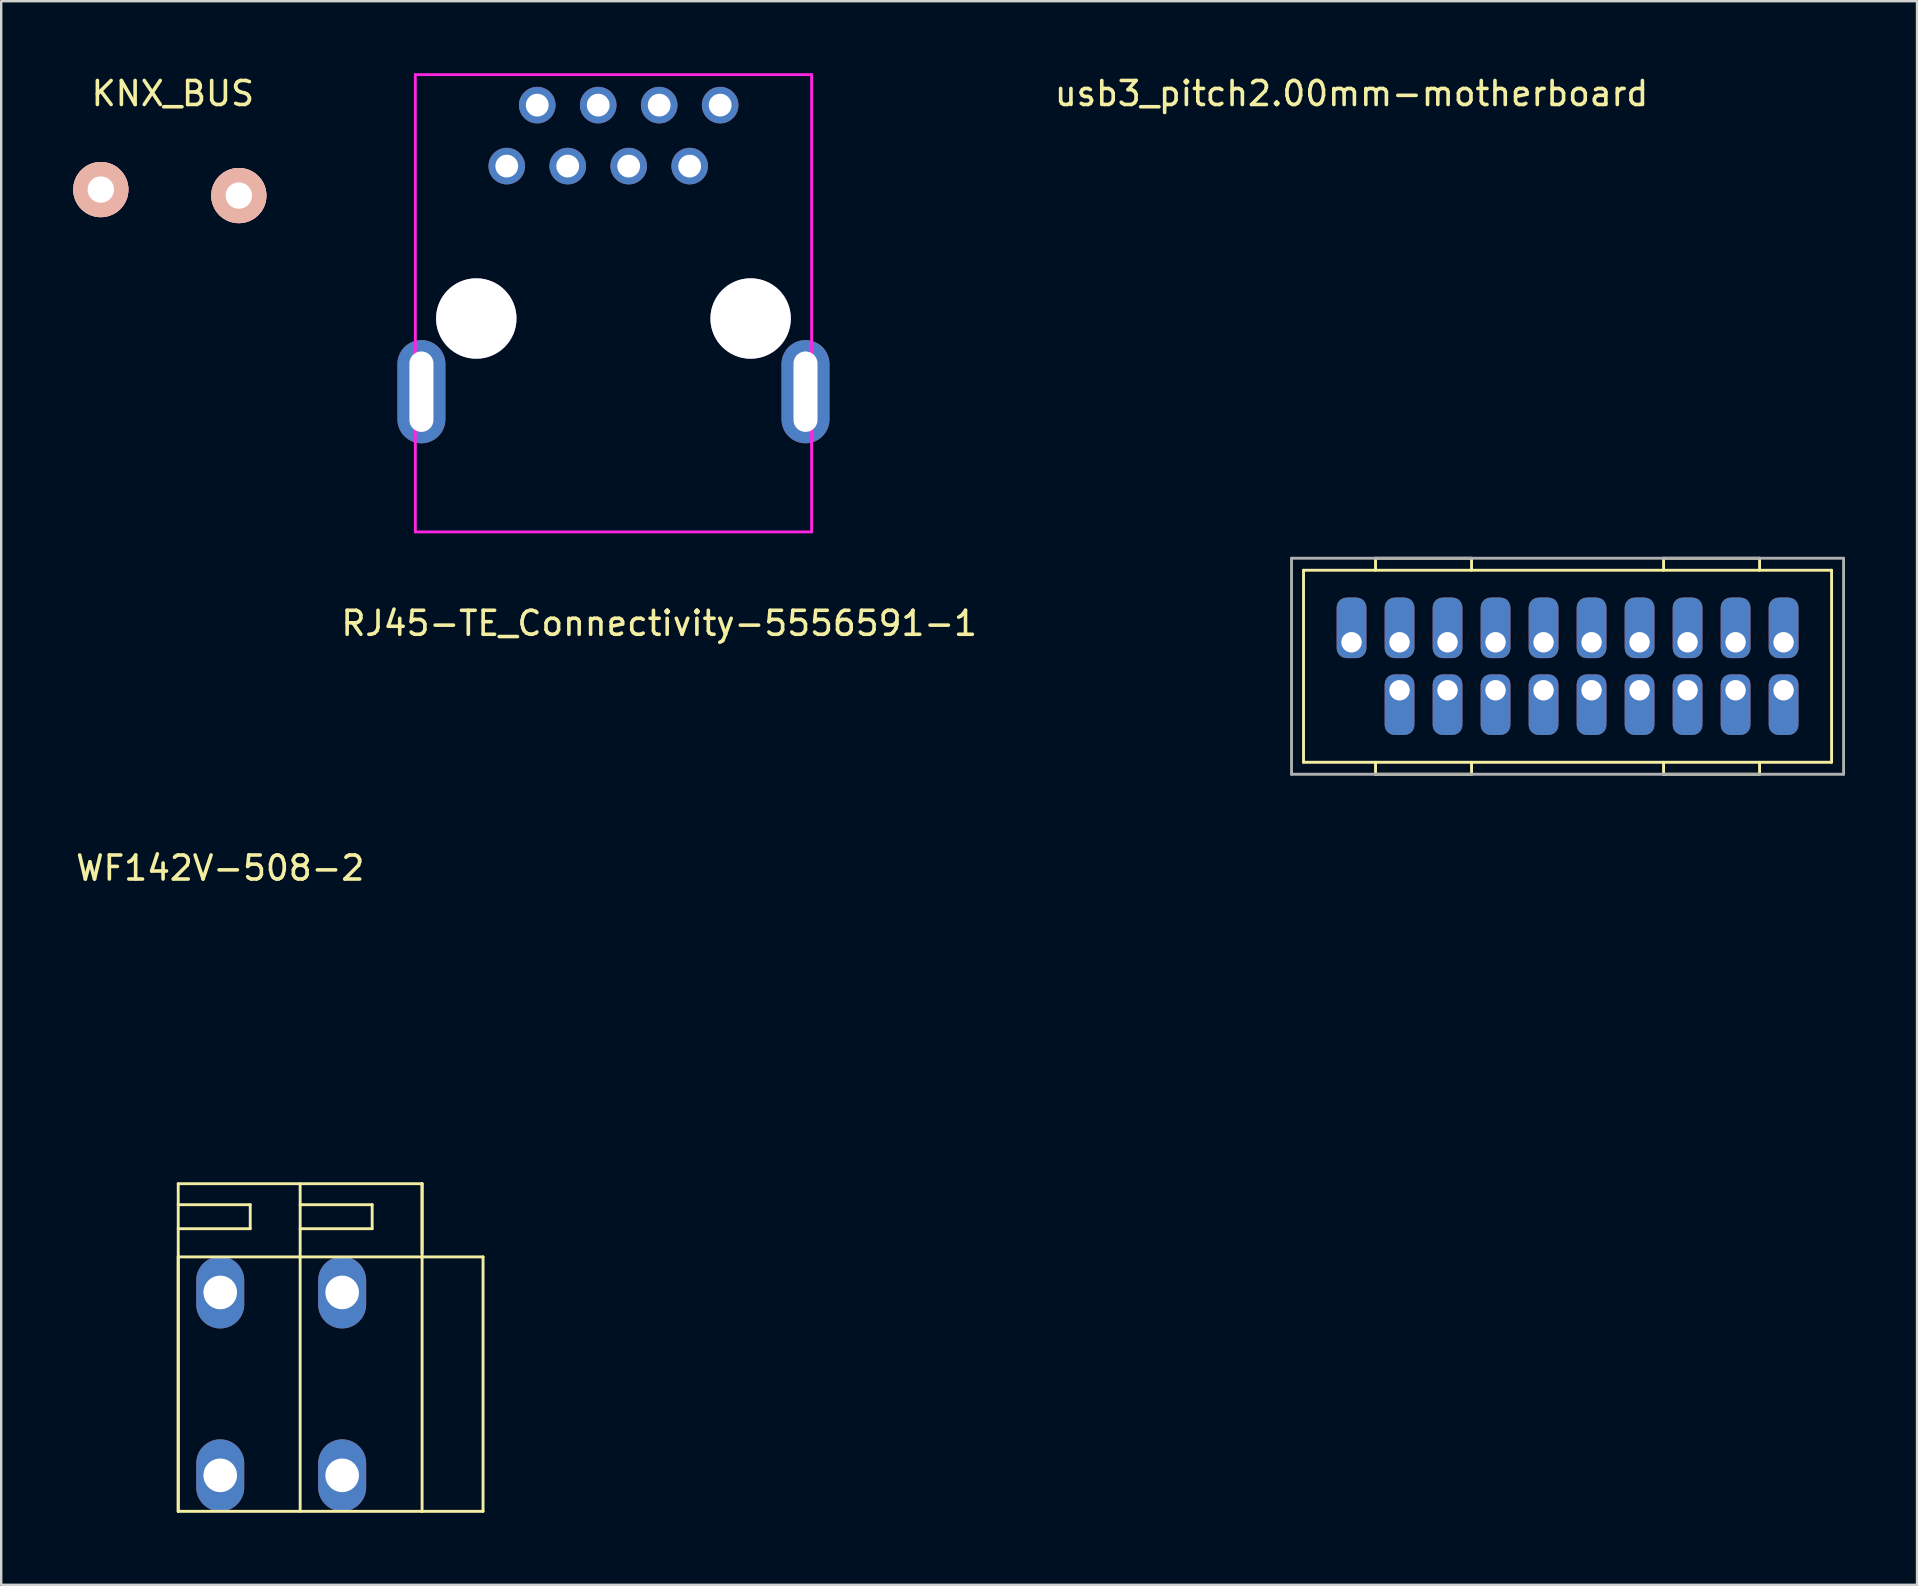
<source format=kicad_pcb>
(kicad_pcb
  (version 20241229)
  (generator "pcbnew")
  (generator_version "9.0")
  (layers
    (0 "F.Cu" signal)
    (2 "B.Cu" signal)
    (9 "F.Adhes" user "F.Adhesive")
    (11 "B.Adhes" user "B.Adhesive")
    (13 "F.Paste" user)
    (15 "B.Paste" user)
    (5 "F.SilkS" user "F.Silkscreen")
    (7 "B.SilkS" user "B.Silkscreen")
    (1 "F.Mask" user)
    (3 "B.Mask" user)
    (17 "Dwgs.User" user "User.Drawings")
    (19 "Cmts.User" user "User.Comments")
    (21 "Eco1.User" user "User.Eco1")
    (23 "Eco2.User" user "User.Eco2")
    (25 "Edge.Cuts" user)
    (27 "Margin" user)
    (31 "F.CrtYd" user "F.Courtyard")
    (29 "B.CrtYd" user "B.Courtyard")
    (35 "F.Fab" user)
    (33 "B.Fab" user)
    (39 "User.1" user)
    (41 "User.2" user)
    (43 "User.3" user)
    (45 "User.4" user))
  (footprint "usb3_pitch2.00mm-motherboard"
    (layer "F.Cu")
    (at 53.258 23.708)
    (property "Reference" "usb3_pitch2.00mm-motherboard" (at 0 -22.86 0) (layer "F.SilkS") (effects (font (size 1 1) (thickness 0.15))))
    (attr through_hole)
    (fp_line (start -2 -3) (end -2 5) (stroke (width 0.12) (type solid)) (layer "F.SilkS"))
    (fp_line (start -2 5) (end 20 5) (stroke (width 0.12) (type solid)) (layer "F.SilkS"))
    (fp_line (start 1 -3.5) (end 5 -3.5) (stroke (width 0.12) (type solid)) (layer "F.SilkS"))
    (fp_line (start 1 -3) (end 1 -3.5) (stroke (width 0.12) (type solid)) (layer "F.SilkS"))
    (fp_line (start 1 5.5) (end 1 5) (stroke (width 0.12) (type solid)) (layer "F.SilkS"))
    (fp_line (start 5 -3.5) (end 5 -3) (stroke (width 0.12) (type solid)) (layer "F.SilkS"))
    (fp_line (start 5 5) (end 5 5.5) (stroke (width 0.12) (type solid)) (layer "F.SilkS"))
    (fp_line (start 5 5.5) (end 1 5.5) (stroke (width 0.12) (type solid)) (layer "F.SilkS"))
    (fp_line (start 13 -3.5) (end 13 -3) (stroke (width 0.12) (type solid)) (layer "F.SilkS"))
    (fp_line (start 13 5) (end 13 5.5) (stroke (width 0.12) (type solid)) (layer "F.SilkS"))
    (fp_line (start 13 5.5) (end 17 5.5) (stroke (width 0.12) (type solid)) (layer "F.SilkS"))
    (fp_line (start 17 -3.5) (end 13 -3.5) (stroke (width 0.12) (type solid)) (layer "F.SilkS"))
    (fp_line (start 17 -3) (end 17 -3.5) (stroke (width 0.12) (type solid)) (layer "F.SilkS"))
    (fp_line (start 17 5.5) (end 17 5) (stroke (width 0.12) (type solid)) (layer "F.SilkS"))
    (fp_line (start 20 -3) (end -2 -3) (stroke (width 0.12) (type solid)) (layer "F.SilkS"))
    (fp_line (start 20 5) (end 20 -3) (stroke (width 0.12) (type solid)) (layer "F.SilkS"))
    (fp_line (start -2.5 -3.5) (end -2.5 5.5) (stroke (width 0.12) (type solid)) (layer "F.Fab"))
    (fp_line (start -2.5 -3.5) (end 20.5 -3.5) (stroke (width 0.12) (type solid)) (layer "F.Fab"))
    (fp_line (start -2.5 5.5) (end 20.5 5.5) (stroke (width 0.12) (type solid)) (layer "F.Fab"))
    (fp_line (start 20.5 -3.5) (end 20.5 5.5) (stroke (width 0.12) (type solid)) (layer "F.Fab"))
    (pad "1" thru_hole roundrect (at 0 0) (size 1.24 2.524) (drill 0.85 (offset 0 -0.6)) (layers "*.Cu" "*.Mask") (roundrect_rratio 0.333))
    (pad "2" thru_hole roundrect (at 2 0) (size 1.24 2.524) (drill 0.85 (offset 0 -0.6)) (layers "*.Cu" "*.Mask") (roundrect_rratio 0.333))
    (pad "3" thru_hole roundrect (at 4 0) (size 1.24 2.524) (drill 0.85 (offset 0 -0.6)) (layers "*.Cu" "*.Mask") (roundrect_rratio 0.333))
    (pad "4" thru_hole roundrect (at 6 0) (size 1.24 2.524) (drill 0.85 (offset 0 -0.6)) (layers "*.Cu" "*.Mask") (roundrect_rratio 0.333))
    (pad "5" thru_hole roundrect (at 8 0) (size 1.24 2.524) (drill 0.85 (offset 0 -0.6)) (layers "*.Cu" "*.Mask") (roundrect_rratio 0.333))
    (pad "6" thru_hole roundrect (at 10 0) (size 1.24 2.524) (drill 0.85 (offset 0 -0.6)) (layers "*.Cu" "*.Mask") (roundrect_rratio 0.333))
    (pad "7" thru_hole roundrect (at 12 0) (size 1.24 2.524) (drill 0.85 (offset 0 -0.6)) (layers "*.Cu" "*.Mask") (roundrect_rratio 0.333))
    (pad "8" thru_hole roundrect (at 14 0) (size 1.24 2.524) (drill 0.85 (offset 0 -0.6)) (layers "*.Cu" "*.Mask") (roundrect_rratio 0.333))
    (pad "9" thru_hole roundrect (at 16 0) (size 1.24 2.524) (drill 0.85 (offset 0 -0.6)) (layers "*.Cu" "*.Mask") (roundrect_rratio 0.333))
    (pad "10" thru_hole roundrect (at 18 0) (size 1.24 2.524) (drill 0.85 (offset 0 -0.6)) (layers "*.Cu" "*.Mask") (roundrect_rratio 0.333))
    (pad "11" thru_hole roundrect (at 18 2 180) (size 1.24 2.524) (drill 0.85 (offset 0 -0.6)) (layers "*.Cu" "*.Mask") (roundrect_rratio 0.333))
    (pad "12" thru_hole roundrect (at 16 2 180) (size 1.24 2.524) (drill 0.85 (offset 0 -0.6)) (layers "*.Cu" "*.Mask") (roundrect_rratio 0.333))
    (pad "13" thru_hole roundrect (at 14 2 180) (size 1.24 2.524) (drill 0.85 (offset 0 -0.6)) (layers "*.Cu" "*.Mask") (roundrect_rratio 0.333))
    (pad "14" thru_hole roundrect (at 12 2 180) (size 1.24 2.524) (drill 0.85 (offset 0 -0.6)) (layers "*.Cu" "*.Mask") (roundrect_rratio 0.333))
    (pad "15" thru_hole roundrect (at 10 2 180) (size 1.24 2.524) (drill 0.85 (offset 0 -0.6)) (layers "*.Cu" "*.Mask") (roundrect_rratio 0.333))
    (pad "16" thru_hole roundrect (at 8 2 180) (size 1.24 2.524) (drill 0.85 (offset 0 -0.6)) (layers "*.Cu" "*.Mask") (roundrect_rratio 0.333))
    (pad "17" thru_hole roundrect (at 6 2 180) (size 1.24 2.524) (drill 0.85 (offset 0 -0.6)) (layers "*.Cu" "*.Mask") (roundrect_rratio 0.333))
    (pad "18" thru_hole roundrect (at 4 2 180) (size 1.24 2.524) (drill 0.85 (offset 0 -0.6)) (layers "*.Cu" "*.Mask") (roundrect_rratio 0.333))
    (pad "19" thru_hole roundrect (at 2 2 180) (size 1.24 2.524) (drill 0.85 (offset 0 -0.6)) (layers "*.Cu" "*.Mask") (roundrect_rratio 0.333)))
  (footprint "WF142V-508-2"
    (layer "F.Cu")
    (at 6.125 58.416)
    (property "Reference" "WF142V-508-2" (at 0 -25.3 0) (layer "F.SilkS") (effects (font (size 1 1) (thickness 0.15))))
    (attr through_hole)
    (fp_line (start -1.75 -12.15) (end 8.41 -12.15) (stroke (width 0.12) (type solid)) (layer "F.SilkS"))
    (fp_line (start -1.75 -11.275) (end 1.25 -11.275) (stroke (width 0.12) (type solid)) (layer "F.SilkS"))
    (fp_line (start -1.75 -9.1) (end 8.4 -9.1) (stroke (width 0.12) (type solid)) (layer "F.SilkS"))
    (fp_line (start -1.75 1.5) (end -1.75 -12.15) (stroke (width 0.12) (type solid)) (layer "F.SilkS"))
    (fp_line (start -1.75 1.5) (end -1.75 -9.1) (stroke (width 0.12) (type solid)) (layer "F.SilkS"))
    (fp_line (start 1.25 -11.275) (end 1.25 -10.275) (stroke (width 0.12) (type solid)) (layer "F.SilkS"))
    (fp_line (start 1.25 -10.275) (end -1.75 -10.275) (stroke (width 0.12) (type solid)) (layer "F.SilkS"))
    (fp_line (start 3.33 -11.275) (end 6.33 -11.275) (stroke (width 0.12) (type solid)) (layer "F.SilkS"))
    (fp_line (start 3.33 1.5) (end 3.33 -12.15) (stroke (width 0.12) (type solid)) (layer "F.SilkS"))
    (fp_line (start 6.33 -11.275) (end 6.33 -10.275) (stroke (width 0.12) (type solid)) (layer "F.SilkS"))
    (fp_line (start 6.33 -10.275) (end 3.33 -10.275) (stroke (width 0.12) (type solid)) (layer "F.SilkS"))
    (fp_line (start 8.41 -12.15) (end 8.41 -9.25) (stroke (width 0.12) (type solid)) (layer "F.SilkS"))
    (fp_line (start 8.41 -9.1) (end 10.95 -9.1) (stroke (width 0.12) (type solid)) (layer "F.SilkS"))
    (fp_line (start 8.41 1.5) (end -1.75 1.5) (stroke (width 0.12) (type solid)) (layer "F.SilkS"))
    (fp_line (start 8.41 1.5) (end 8.41 -12.15) (stroke (width 0.12) (type solid)) (layer "F.SilkS"))
    (fp_line (start 8.41 1.5) (end 10.95 1.5) (stroke (width 0.12) (type solid)) (layer "F.SilkS"))
    (fp_line (start 10.95 -9.1) (end 10.95 1.5) (stroke (width 0.12) (type solid)) (layer "F.SilkS"))
    (pad "1" thru_hole oval (at 0 -7.62) (size 2 3) (drill 1.4) (layers "*.Cu" "*.Mask"))
    (pad "1" thru_hole oval (at 0 0) (size 2 3) (drill 1.4) (layers "*.Cu" "*.Mask"))
    (pad "2" thru_hole oval (at 5.08 -7.62) (size 2 3) (drill 1.4) (layers "*.Cu" "*.Mask"))
    (pad "2" thru_hole oval (at 5.08 0) (size 2 3) (drill 1.4) (layers "*.Cu" "*.Mask")))
  (footprint "KNX_BUS"
    (layer "F.Cu")
    (at 1.15 4.848)
    (property "Reference" "KNX_BUS" (at 3 -4 0) (layer "F.SilkS") (effects (font (size 1 1) (thickness 0.15))))
    (attr through_hole)
    (pad "1" thru_hole circle (at 0 0) (size 2.3 2.3) (drill 1.1) (layers "*.Cu" "*.Adhes" "*.Paste" "*.SilkS" "*.Mask"))
    (pad "2" thru_hole circle (at 5.75 0.25) (size 2.3 2.3) (drill 1.1) (layers "*.Cu" "*.Adhes" "*.Paste" "*.SilkS" "*.Mask")))
  (footprint "RJ45-TE_Connectivity-5556591-1"
    (layer "F.Cu")
    (at 26.953 8.95)
    (property "Reference" "RJ45-TE_Connectivity-5556591-1" (at -2.54 13.97 0) (layer "F.SilkS") (effects (font (size 1 1) (thickness 0.15))))
    (attr through_hole)
    (fp_line (start -12.7 -8.89) (end 3.81 -8.89) (stroke (width 0.12) (type solid)) (layer "F.CrtYd"))
    (fp_line (start -12.7 10.16) (end -12.7 -8.89) (stroke (width 0.12) (type solid)) (layer "F.CrtYd"))
    (fp_line (start 3.81 -8.89) (end 3.81 10.16) (stroke (width 0.12) (type solid)) (layer "F.CrtYd"))
    (fp_line (start 3.81 10.16) (end -12.7 10.16) (stroke (width 0.12) (type solid)) (layer "F.CrtYd"))
    (pad "1" thru_hole circle (at 0 -7.62) (size 1.524 1.524) (drill 0.95) (layers "*.Cu" "*.Mask"))
    (pad "2" thru_hole circle (at -1.27 -5.08) (size 1.524 1.524) (drill 0.95) (layers "*.Cu" "*.Mask"))
    (pad "3" thru_hole circle (at -2.54 -7.62) (size 1.524 1.524) (drill 0.95) (layers "*.Cu" "*.Mask"))
    (pad "4" thru_hole circle (at -3.81 -5.08) (size 1.524 1.524) (drill 0.95) (layers "*.Cu" "*.Mask"))
    (pad "5" thru_hole circle (at -5.08 -7.62) (size 1.524 1.524) (drill 0.95) (layers "*.Cu" "*.Mask"))
    (pad "6" thru_hole circle (at -6.35 -5.08) (size 1.524 1.524) (drill 0.95) (layers "*.Cu" "*.Mask"))
    (pad "7" thru_hole circle (at -7.62 -7.62) (size 1.524 1.524) (drill 0.95) (layers "*.Cu" "*.Mask"))
    (pad "8" thru_hole circle (at -8.89 -5.08) (size 1.524 1.524) (drill 0.95) (layers "*.Cu" "*.Mask"))
    (pad "9" thru_hole oval (at 3.556 4.318) (size 2 4.3) (drill oval 1 3.35) (layers "*.Cu" "*.Mask"))
    (pad "10" thru_hole oval (at -12.446 4.318) (size 2 4.3) (drill oval 1 3.35) (layers "*.Cu" "*.Mask"))
    (pad "nc" thru_hole circle (at -10.16 1.27) (size 3.35 3.35) (drill 3.35) (layers "*.Cu" "*.Mask"))
    (pad "nc" thru_hole circle (at 1.27 1.27) (size 3.35 3.35) (drill 3.35) (layers "*.Cu" "*.Mask")))
  (gr_rect
    (start -3 -3)
    (end 76.818 62.977)
    (stroke (width 0.1) (type default))
    (fill no)
    (layer "Edge.Cuts")))
</source>
